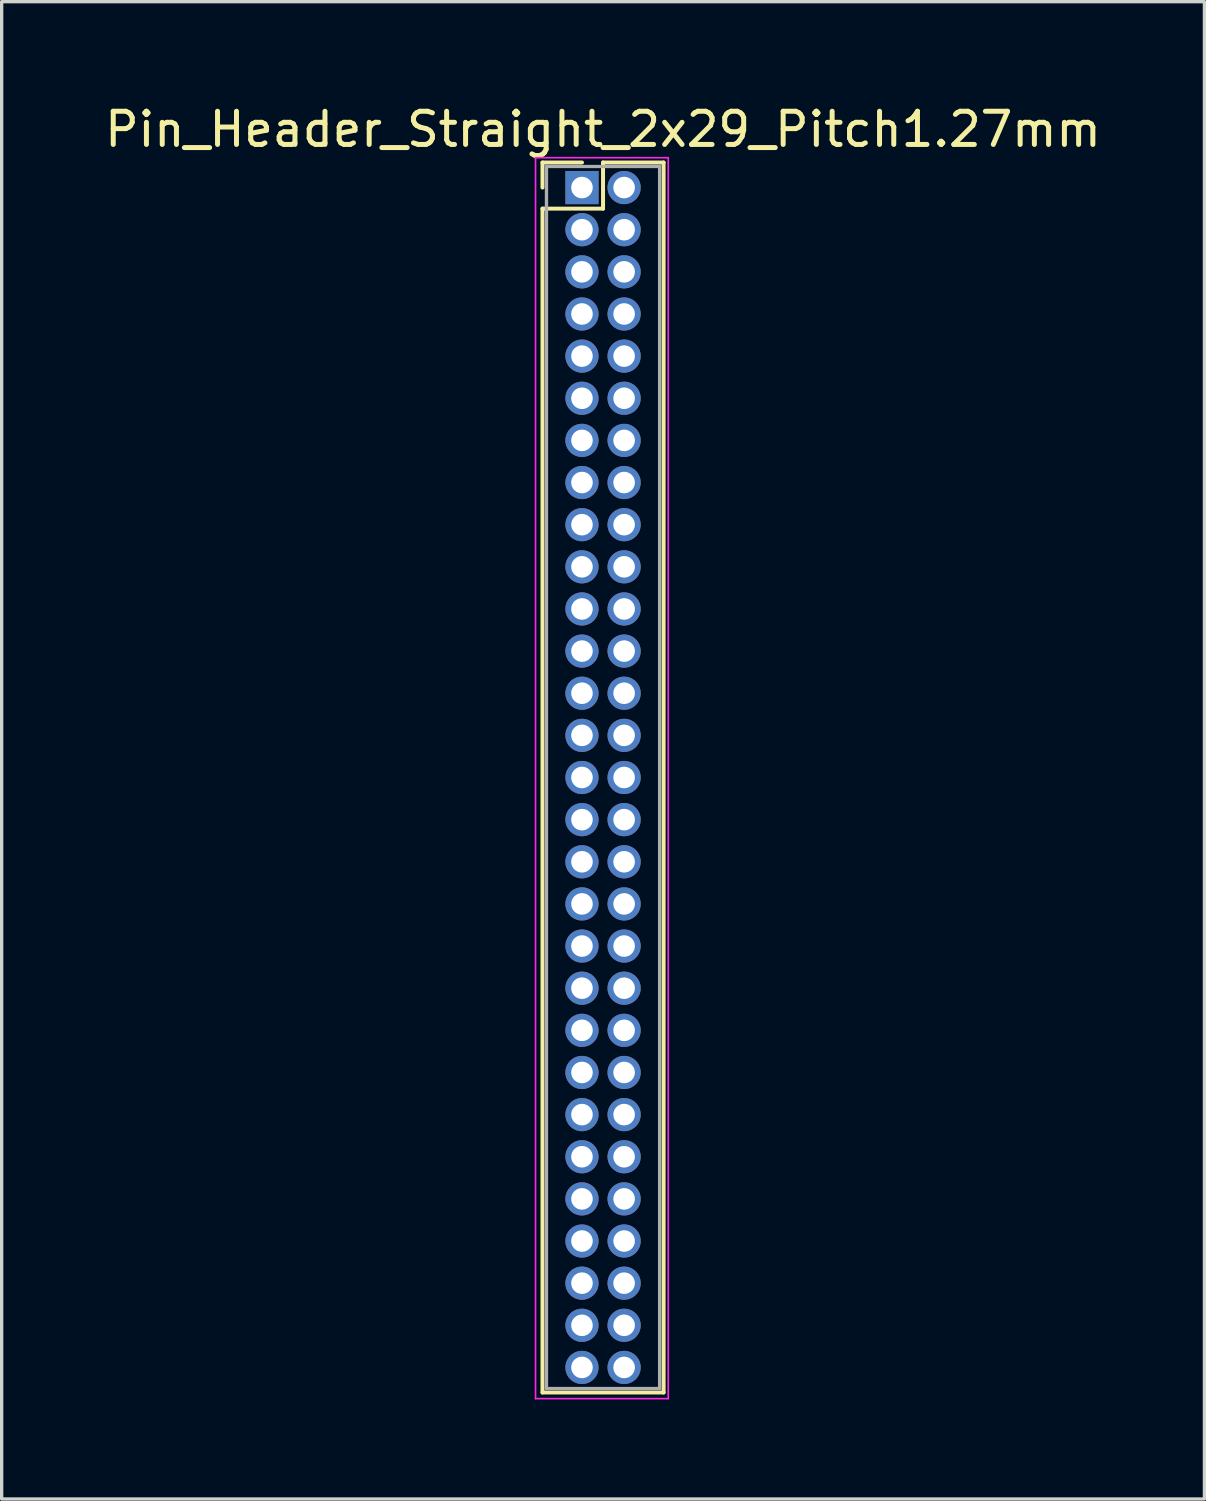
<source format=kicad_pcb>
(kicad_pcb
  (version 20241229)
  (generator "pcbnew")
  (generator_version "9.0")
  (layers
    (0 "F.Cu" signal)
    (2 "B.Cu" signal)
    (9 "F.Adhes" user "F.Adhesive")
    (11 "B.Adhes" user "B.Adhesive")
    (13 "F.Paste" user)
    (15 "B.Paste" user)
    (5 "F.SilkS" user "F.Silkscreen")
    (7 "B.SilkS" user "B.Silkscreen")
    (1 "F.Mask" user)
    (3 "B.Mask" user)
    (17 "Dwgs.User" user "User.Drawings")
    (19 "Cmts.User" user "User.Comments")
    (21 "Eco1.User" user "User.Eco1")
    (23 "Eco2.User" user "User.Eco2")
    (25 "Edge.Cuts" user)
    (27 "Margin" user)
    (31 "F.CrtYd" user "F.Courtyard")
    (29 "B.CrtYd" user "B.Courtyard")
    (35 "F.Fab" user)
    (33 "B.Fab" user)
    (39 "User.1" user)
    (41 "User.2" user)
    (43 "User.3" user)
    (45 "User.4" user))
  (footprint "Pin_Header_Straight_2x29_Pitch1.27mm"
    (layer "F.Cu")
    (at 14.49 2.603)
    (property "Reference" "Pin_Header_Straight_2x29_Pitch1.27mm" (at 0.635 -1.755 0) (layer "F.SilkS") (effects (font (size 1 1) (thickness 0.15))))
    (attr through_hole)
    (fp_line (start -1.19 -0.755) (end 0 -0.755) (stroke (width 0.12) (type solid)) (layer "F.SilkS"))
    (fp_line (start -1.19 0) (end -1.19 -0.755) (stroke (width 0.12) (type solid)) (layer "F.SilkS"))
    (fp_line (start -1.19 0.635) (end -1.19 36.315) (stroke (width 0.12) (type solid)) (layer "F.SilkS"))
    (fp_line (start -1.19 36.315) (end 2.46 36.315) (stroke (width 0.12) (type solid)) (layer "F.SilkS"))
    (fp_line (start 0.635 -0.755) (end 0.635 0.635) (stroke (width 0.12) (type solid)) (layer "F.SilkS"))
    (fp_line (start 0.635 0.635) (end -1.19 0.635) (stroke (width 0.12) (type solid)) (layer "F.SilkS"))
    (fp_line (start 2.46 -0.755) (end 0.635 -0.755) (stroke (width 0.12) (type solid)) (layer "F.SilkS"))
    (fp_line (start 2.46 36.315) (end 2.46 -0.755) (stroke (width 0.12) (type solid)) (layer "F.SilkS"))
    (fp_line (start -1.4 -0.9) (end -1.4 36.5) (stroke (width 0.05) (type solid)) (layer "F.CrtYd"))
    (fp_line (start -1.4 36.5) (end 2.6 36.5) (stroke (width 0.05) (type solid)) (layer "F.CrtYd"))
    (fp_line (start 2.6 -0.9) (end -1.4 -0.9) (stroke (width 0.05) (type solid)) (layer "F.CrtYd"))
    (fp_line (start 2.6 36.5) (end 2.6 -0.9) (stroke (width 0.05) (type solid)) (layer "F.CrtYd"))
    (fp_line (start -1.07 -0.635) (end -1.07 36.195) (stroke (width 0.1) (type solid)) (layer "F.Fab"))
    (fp_line (start -1.07 36.195) (end 2.34 36.195) (stroke (width 0.1) (type solid)) (layer "F.Fab"))
    (fp_line (start 2.34 -0.635) (end -1.07 -0.635) (stroke (width 0.1) (type solid)) (layer "F.Fab"))
    (fp_line (start 2.34 36.195) (end 2.34 -0.635) (stroke (width 0.1) (type solid)) (layer "F.Fab"))
    (pad "1" thru_hole rect (at 0 0) (size 1 1) (drill 0.65) (layers "*.Cu" "*.Mask"))
    (pad "2" thru_hole oval (at 1.27 0) (size 1 1) (drill 0.65) (layers "*.Cu" "*.Mask"))
    (pad "3" thru_hole oval (at 0 1.27) (size 1 1) (drill 0.65) (layers "*.Cu" "*.Mask"))
    (pad "4" thru_hole oval (at 1.27 1.27) (size 1 1) (drill 0.65) (layers "*.Cu" "*.Mask"))
    (pad "5" thru_hole oval (at 0 2.54) (size 1 1) (drill 0.65) (layers "*.Cu" "*.Mask"))
    (pad "6" thru_hole oval (at 1.27 2.54) (size 1 1) (drill 0.65) (layers "*.Cu" "*.Mask"))
    (pad "7" thru_hole oval (at 0 3.81) (size 1 1) (drill 0.65) (layers "*.Cu" "*.Mask"))
    (pad "8" thru_hole oval (at 1.27 3.81) (size 1 1) (drill 0.65) (layers "*.Cu" "*.Mask"))
    (pad "9" thru_hole oval (at 0 5.08) (size 1 1) (drill 0.65) (layers "*.Cu" "*.Mask"))
    (pad "10" thru_hole oval (at 1.27 5.08) (size 1 1) (drill 0.65) (layers "*.Cu" "*.Mask"))
    (pad "11" thru_hole oval (at 0 6.35) (size 1 1) (drill 0.65) (layers "*.Cu" "*.Mask"))
    (pad "12" thru_hole oval (at 1.27 6.35) (size 1 1) (drill 0.65) (layers "*.Cu" "*.Mask"))
    (pad "13" thru_hole oval (at 0 7.62) (size 1 1) (drill 0.65) (layers "*.Cu" "*.Mask"))
    (pad "14" thru_hole oval (at 1.27 7.62) (size 1 1) (drill 0.65) (layers "*.Cu" "*.Mask"))
    (pad "15" thru_hole oval (at 0 8.89) (size 1 1) (drill 0.65) (layers "*.Cu" "*.Mask"))
    (pad "16" thru_hole oval (at 1.27 8.89) (size 1 1) (drill 0.65) (layers "*.Cu" "*.Mask"))
    (pad "17" thru_hole oval (at 0 10.16) (size 1 1) (drill 0.65) (layers "*.Cu" "*.Mask"))
    (pad "18" thru_hole oval (at 1.27 10.16) (size 1 1) (drill 0.65) (layers "*.Cu" "*.Mask"))
    (pad "19" thru_hole oval (at 0 11.43) (size 1 1) (drill 0.65) (layers "*.Cu" "*.Mask"))
    (pad "20" thru_hole oval (at 1.27 11.43) (size 1 1) (drill 0.65) (layers "*.Cu" "*.Mask"))
    (pad "21" thru_hole oval (at 0 12.7) (size 1 1) (drill 0.65) (layers "*.Cu" "*.Mask"))
    (pad "22" thru_hole oval (at 1.27 12.7) (size 1 1) (drill 0.65) (layers "*.Cu" "*.Mask"))
    (pad "23" thru_hole oval (at 0 13.97) (size 1 1) (drill 0.65) (layers "*.Cu" "*.Mask"))
    (pad "24" thru_hole oval (at 1.27 13.97) (size 1 1) (drill 0.65) (layers "*.Cu" "*.Mask"))
    (pad "25" thru_hole oval (at 0 15.24) (size 1 1) (drill 0.65) (layers "*.Cu" "*.Mask"))
    (pad "26" thru_hole oval (at 1.27 15.24) (size 1 1) (drill 0.65) (layers "*.Cu" "*.Mask"))
    (pad "27" thru_hole oval (at 0 16.51) (size 1 1) (drill 0.65) (layers "*.Cu" "*.Mask"))
    (pad "28" thru_hole oval (at 1.27 16.51) (size 1 1) (drill 0.65) (layers "*.Cu" "*.Mask"))
    (pad "29" thru_hole oval (at 0 17.78) (size 1 1) (drill 0.65) (layers "*.Cu" "*.Mask"))
    (pad "30" thru_hole oval (at 1.27 17.78) (size 1 1) (drill 0.65) (layers "*.Cu" "*.Mask"))
    (pad "31" thru_hole oval (at 0 19.05) (size 1 1) (drill 0.65) (layers "*.Cu" "*.Mask"))
    (pad "32" thru_hole oval (at 1.27 19.05) (size 1 1) (drill 0.65) (layers "*.Cu" "*.Mask"))
    (pad "33" thru_hole oval (at 0 20.32) (size 1 1) (drill 0.65) (layers "*.Cu" "*.Mask"))
    (pad "34" thru_hole oval (at 1.27 20.32) (size 1 1) (drill 0.65) (layers "*.Cu" "*.Mask"))
    (pad "35" thru_hole oval (at 0 21.59) (size 1 1) (drill 0.65) (layers "*.Cu" "*.Mask"))
    (pad "36" thru_hole oval (at 1.27 21.59) (size 1 1) (drill 0.65) (layers "*.Cu" "*.Mask"))
    (pad "37" thru_hole oval (at 0 22.86) (size 1 1) (drill 0.65) (layers "*.Cu" "*.Mask"))
    (pad "38" thru_hole oval (at 1.27 22.86) (size 1 1) (drill 0.65) (layers "*.Cu" "*.Mask"))
    (pad "39" thru_hole oval (at 0 24.13) (size 1 1) (drill 0.65) (layers "*.Cu" "*.Mask"))
    (pad "40" thru_hole oval (at 1.27 24.13) (size 1 1) (drill 0.65) (layers "*.Cu" "*.Mask"))
    (pad "41" thru_hole oval (at 0 25.4) (size 1 1) (drill 0.65) (layers "*.Cu" "*.Mask"))
    (pad "42" thru_hole oval (at 1.27 25.4) (size 1 1) (drill 0.65) (layers "*.Cu" "*.Mask"))
    (pad "43" thru_hole oval (at 0 26.67) (size 1 1) (drill 0.65) (layers "*.Cu" "*.Mask"))
    (pad "44" thru_hole oval (at 1.27 26.67) (size 1 1) (drill 0.65) (layers "*.Cu" "*.Mask"))
    (pad "45" thru_hole oval (at 0 27.94) (size 1 1) (drill 0.65) (layers "*.Cu" "*.Mask"))
    (pad "46" thru_hole oval (at 1.27 27.94) (size 1 1) (drill 0.65) (layers "*.Cu" "*.Mask"))
    (pad "47" thru_hole oval (at 0 29.21) (size 1 1) (drill 0.65) (layers "*.Cu" "*.Mask"))
    (pad "48" thru_hole oval (at 1.27 29.21) (size 1 1) (drill 0.65) (layers "*.Cu" "*.Mask"))
    (pad "49" thru_hole oval (at 0 30.48) (size 1 1) (drill 0.65) (layers "*.Cu" "*.Mask"))
    (pad "50" thru_hole oval (at 1.27 30.48) (size 1 1) (drill 0.65) (layers "*.Cu" "*.Mask"))
    (pad "51" thru_hole oval (at 0 31.75) (size 1 1) (drill 0.65) (layers "*.Cu" "*.Mask"))
    (pad "52" thru_hole oval (at 1.27 31.75) (size 1 1) (drill 0.65) (layers "*.Cu" "*.Mask"))
    (pad "53" thru_hole oval (at 0 33.02) (size 1 1) (drill 0.65) (layers "*.Cu" "*.Mask"))
    (pad "54" thru_hole oval (at 1.27 33.02) (size 1 1) (drill 0.65) (layers "*.Cu" "*.Mask"))
    (pad "55" thru_hole oval (at 0 34.29) (size 1 1) (drill 0.65) (layers "*.Cu" "*.Mask"))
    (pad "56" thru_hole oval (at 1.27 34.29) (size 1 1) (drill 0.65) (layers "*.Cu" "*.Mask"))
    (pad "57" thru_hole oval (at 0 35.56) (size 1 1) (drill 0.65) (layers "*.Cu" "*.Mask"))
    (pad "58" thru_hole oval (at 1.27 35.56) (size 1 1) (drill 0.65) (layers "*.Cu" "*.Mask")))
  (gr_rect
    (start -3 -3)
    (end 33.25 42.128)
    (stroke (width 0.1) (type default))
    (fill no)
    (layer "Edge.Cuts")))
</source>
